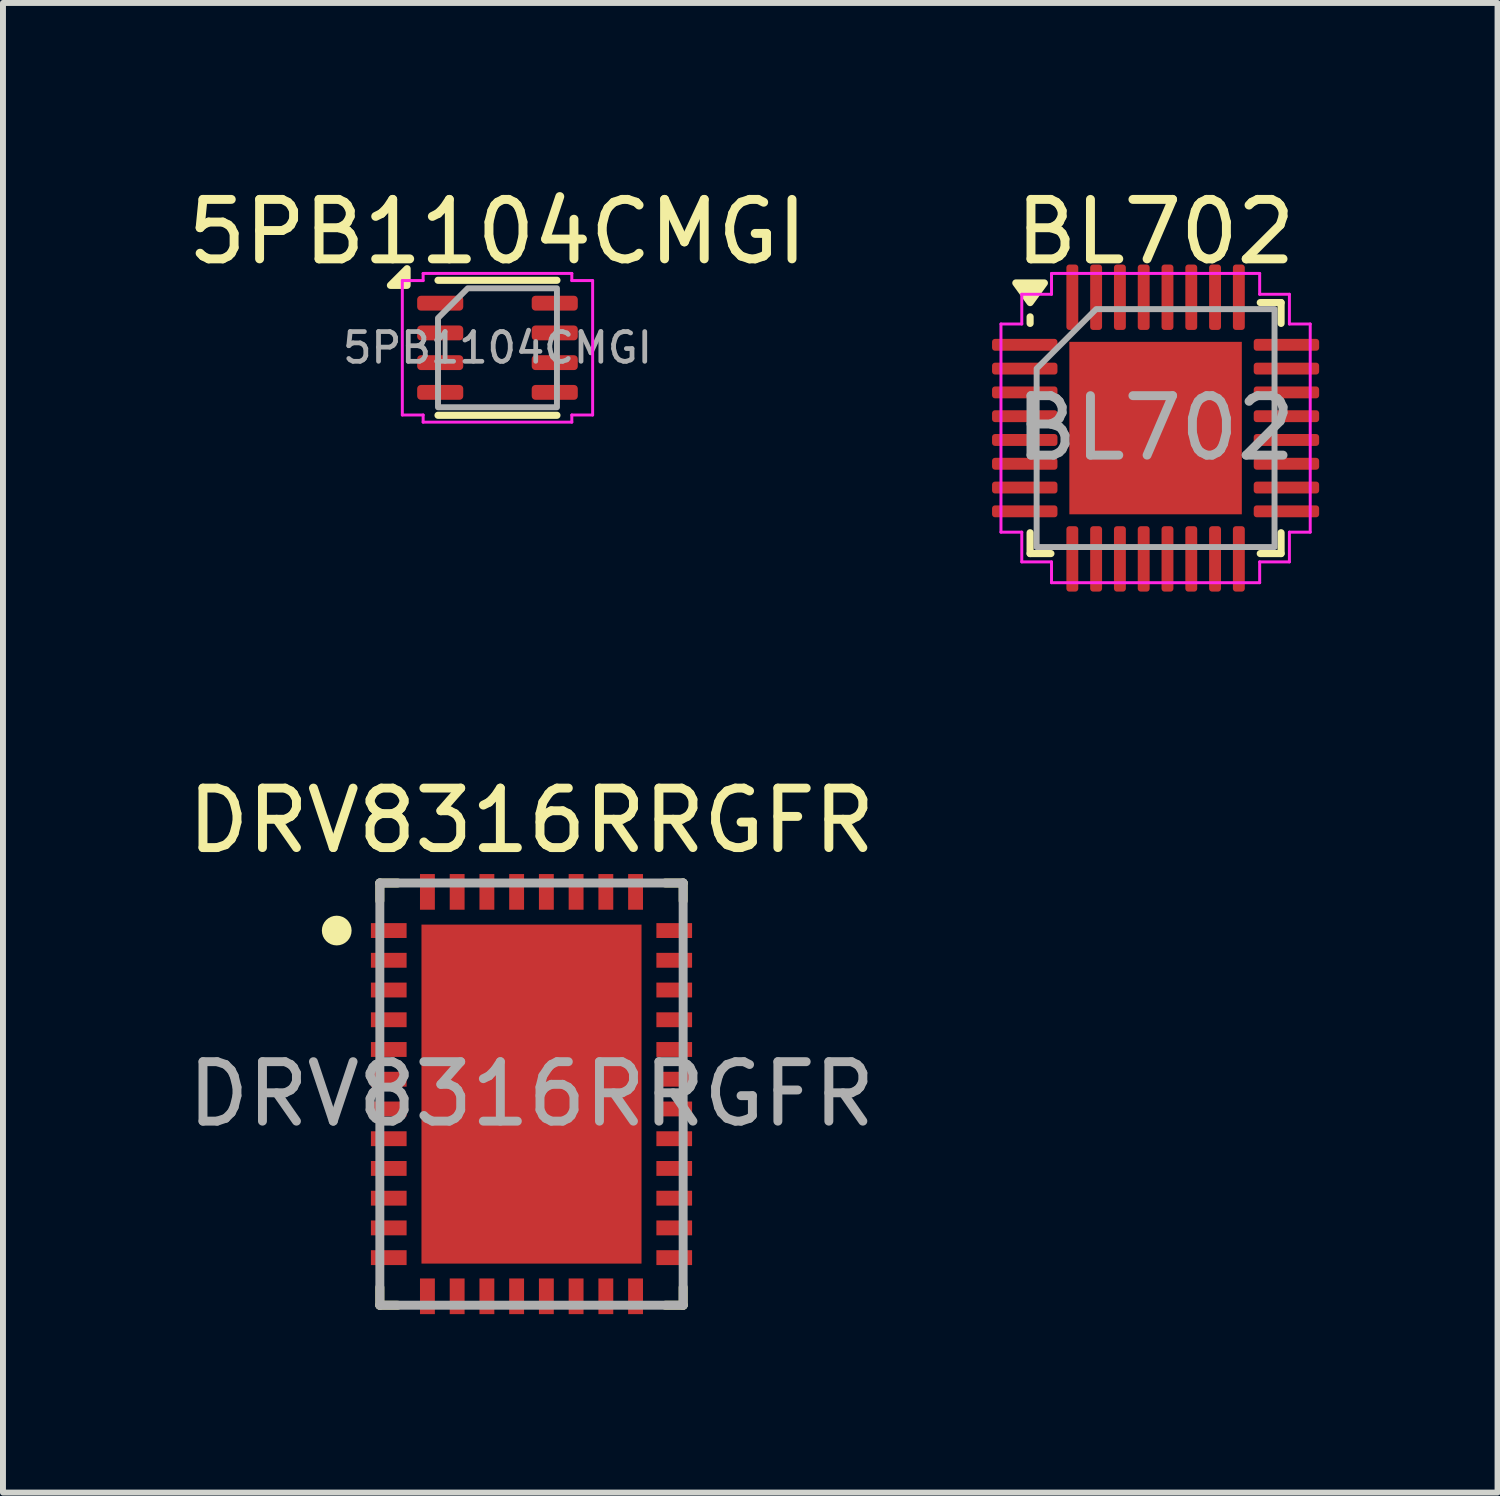
<source format=kicad_pcb>
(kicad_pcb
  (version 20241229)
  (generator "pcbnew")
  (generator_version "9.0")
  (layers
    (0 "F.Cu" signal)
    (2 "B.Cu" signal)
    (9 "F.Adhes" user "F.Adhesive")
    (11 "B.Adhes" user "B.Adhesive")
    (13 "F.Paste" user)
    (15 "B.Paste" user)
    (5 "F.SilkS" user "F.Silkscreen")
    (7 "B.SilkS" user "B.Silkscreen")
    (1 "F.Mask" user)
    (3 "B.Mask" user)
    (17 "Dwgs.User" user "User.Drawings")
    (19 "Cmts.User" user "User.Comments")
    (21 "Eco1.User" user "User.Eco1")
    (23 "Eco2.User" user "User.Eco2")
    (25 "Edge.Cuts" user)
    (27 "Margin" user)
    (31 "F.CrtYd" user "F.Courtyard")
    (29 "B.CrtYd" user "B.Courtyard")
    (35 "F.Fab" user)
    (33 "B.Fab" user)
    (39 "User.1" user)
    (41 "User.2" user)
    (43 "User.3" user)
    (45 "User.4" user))
  (footprint "DRV8316RRGFR"
    (layer "F.Cu")
    (at 5.887 15.347)
    (property "Reference" "DRV8316RRGFR" (at 0 -4.6 0) (unlocked yes) (layer "F.SilkS") (effects (font (size 1 1) (thickness 0.15))))
    (attr smd)
    (fp_line (start -2.55 -3.55) (end -2.25 -3.55) (stroke (width 0.15) (type solid)) (layer "F.SilkS"))
    (fp_line (start -2.55 -3.25) (end -2.55 -3.55) (stroke (width 0.15) (type solid)) (layer "F.SilkS"))
    (fp_line (start -2.55 3.55) (end -2.55 3.25) (stroke (width 0.15) (type solid)) (layer "F.SilkS"))
    (fp_line (start -2.55 3.55) (end -2.25 3.55) (stroke (width 0.15) (type solid)) (layer "F.SilkS"))
    (fp_line (start 2.25 -3.55) (end 2.55 -3.55) (stroke (width 0.15) (type solid)) (layer "F.SilkS"))
    (fp_line (start 2.25 3.55) (end 2.55 3.55) (stroke (width 0.15) (type solid)) (layer "F.SilkS"))
    (fp_line (start 2.55 -3.25) (end 2.55 -3.55) (stroke (width 0.15) (type solid)) (layer "F.SilkS"))
    (fp_line (start 2.55 3.55) (end 2.55 3.25) (stroke (width 0.15) (type solid)) (layer "F.SilkS"))
    (fp_circle (center -3.275 -2.75) (end -3.15 -2.75) (stroke (width 0.25) (type solid)) (fill no) (layer "F.SilkS"))
    (fp_poly (pts (xy -1.775 -1.2) (xy -1.725 -1.25) (xy -0.775 -1.25) (xy -0.725 -1.2) (xy -0.725 -0.15) (xy -0.775 -0.1) (xy -1.725 -0.1) (xy -1.775 -0.15)) (stroke (width 0) (type solid)) (fill yes) (layer "F.Paste"))
    (fp_poly (pts (xy -0.775 1.25) (xy -1.725 1.25) (xy -1.775 1.2) (xy -1.775 0.15) (xy -1.725 0.1) (xy -0.775 0.1) (xy -0.725 0.15) (xy -0.725 1.2)) (stroke (width 0) (type solid)) (fill yes) (layer "F.Paste"))
    (fp_poly (pts (xy -0.775 1.45) (xy -0.725 1.5) (xy -0.725 2.55) (xy -0.775 2.6) (xy -1.725 2.6) (xy -1.775 2.55) (xy -1.775 1.5) (xy -1.725 1.45)) (stroke (width 0) (type solid)) (fill yes) (layer "F.Paste"))
    (fp_poly (pts (xy -0.725 -1.5) (xy -0.775 -1.45) (xy -1.725 -1.45) (xy -1.775 -1.5) (xy -1.775 -2.55) (xy -1.725 -2.6) (xy -0.775 -2.6) (xy -0.725 -2.55)) (stroke (width 0) (type solid)) (fill yes) (layer "F.Paste"))
    (fp_poly (pts (xy -0.475 0.1) (xy 0.475 0.1) (xy 0.525 0.15) (xy 0.525 1.2) (xy 0.475 1.25) (xy -0.475 1.25) (xy -0.525 1.2) (xy -0.525 0.15)) (stroke (width 0) (type solid)) (fill yes) (layer "F.Paste"))
    (fp_poly (pts (xy 0.475 -1.45) (xy -0.475 -1.45) (xy -0.525 -1.5) (xy -0.525 -2.55) (xy -0.475 -2.6) (xy 0.475 -2.6) (xy 0.525 -2.55) (xy 0.525 -1.5)) (stroke (width 0) (type solid)) (fill yes) (layer "F.Paste"))
    (fp_poly (pts (xy 0.475 -0.1) (xy -0.475 -0.1) (xy -0.525 -0.15) (xy -0.525 -1.2) (xy -0.475 -1.25) (xy 0.475 -1.25) (xy 0.525 -1.2) (xy 0.525 -0.15)) (stroke (width 0) (type solid)) (fill yes) (layer "F.Paste"))
    (fp_poly (pts (xy 0.525 2.55) (xy 0.475 2.6) (xy -0.475 2.6) (xy -0.525 2.55) (xy -0.525 1.5) (xy -0.475 1.45) (xy 0.475 1.45) (xy 0.525 1.5)) (stroke (width 0) (type solid)) (fill yes) (layer "F.Paste"))
    (fp_poly (pts (xy 0.725 -2.55) (xy 0.775 -2.6) (xy 1.725 -2.6) (xy 1.775 -2.55) (xy 1.775 -1.5) (xy 1.725 -1.45) (xy 0.775 -1.45) (xy 0.725 -1.5)) (stroke (width 0) (type solid)) (fill yes) (layer "F.Paste"))
    (fp_poly (pts (xy 0.725 2.55) (xy 0.725 1.5) (xy 0.775 1.45) (xy 1.725 1.45) (xy 1.775 1.5) (xy 1.775 2.55) (xy 1.725 2.6) (xy 0.775 2.6)) (stroke (width 0) (type solid)) (fill yes) (layer "F.Paste"))
    (fp_poly (pts (xy 1.725 -1.25) (xy 1.775 -1.2) (xy 1.775 -0.15) (xy 1.725 -0.1) (xy 0.775 -0.1) (xy 0.725 -0.15) (xy 0.725 -1.2) (xy 0.775 -1.25)) (stroke (width 0) (type solid)) (fill yes) (layer "F.Paste"))
    (fp_poly (pts (xy 1.775 0.15) (xy 1.775 1.2) (xy 1.725 1.25) (xy 0.775 1.25) (xy 0.725 1.2) (xy 0.725 0.15) (xy 0.775 0.1) (xy 1.725 0.1)) (stroke (width 0) (type solid)) (fill yes) (layer "F.Paste"))
    (fp_line (start -2.55 -3.55) (end 2.55 -3.55) (stroke (width 0.15) (type solid)) (layer "F.Fab"))
    (fp_line (start -2.55 3.55) (end -2.55 -3.55) (stroke (width 0.15) (type solid)) (layer "F.Fab"))
    (fp_line (start -2.55 3.55) (end 2.55 3.55) (stroke (width 0.15) (type solid)) (layer "F.Fab"))
    (fp_line (start 2.55 3.55) (end 2.55 -3.55) (stroke (width 0.15) (type solid)) (layer "F.Fab"))
    (fp_text user "${REFERENCE}" (at 0 0 0) (unlocked yes) (layer "F.Fab") (effects (font (size 1 1) (thickness 0.15))))
    (pad "1" smd rect (at -2.4 -2.75) (size 0.6 0.25) (layers "F.Cu" "F.Mask" "F.Paste"))
    (pad "2" smd rect (at -2.4 -2.25) (size 0.6 0.25) (layers "F.Cu" "F.Mask" "F.Paste"))
    (pad "3" smd rect (at -2.4 -1.75) (size 0.6 0.25) (layers "F.Cu" "F.Mask" "F.Paste"))
    (pad "4" smd rect (at -2.4 -1.25) (size 0.6 0.25) (layers "F.Cu" "F.Mask" "F.Paste"))
    (pad "5" smd rect (at -2.4 -0.75) (size 0.6 0.25) (layers "F.Cu" "F.Mask" "F.Paste"))
    (pad "6" smd rect (at -2.4 -0.25) (size 0.6 0.25) (layers "F.Cu" "F.Mask" "F.Paste"))
    (pad "7" smd rect (at -2.4 0.25) (size 0.6 0.25) (layers "F.Cu" "F.Mask" "F.Paste"))
    (pad "8" smd rect (at -2.4 0.75) (size 0.6 0.25) (layers "F.Cu" "F.Mask" "F.Paste"))
    (pad "9" smd rect (at -2.4 1.25) (size 0.6 0.25) (layers "F.Cu" "F.Mask" "F.Paste"))
    (pad "10" smd rect (at -2.4 1.75) (size 0.6 0.25) (layers "F.Cu" "F.Mask" "F.Paste"))
    (pad "11" smd rect (at -2.4 2.25) (size 0.6 0.25) (layers "F.Cu" "F.Mask" "F.Paste"))
    (pad "12" smd rect (at -2.4 2.75) (size 0.6 0.25) (layers "F.Cu" "F.Mask" "F.Paste"))
    (pad "13" smd rect (at -1.75 3.4 90) (size 0.6 0.25) (layers "F.Cu" "F.Mask" "F.Paste"))
    (pad "14" smd rect (at -1.25 3.4 90) (size 0.6 0.25) (layers "F.Cu" "F.Mask" "F.Paste"))
    (pad "15" smd rect (at -0.75 3.4 90) (size 0.6 0.25) (layers "F.Cu" "F.Mask" "F.Paste"))
    (pad "16" smd rect (at -0.25 3.4 90) (size 0.6 0.25) (layers "F.Cu" "F.Mask" "F.Paste"))
    (pad "17" smd rect (at 0.25 3.4 90) (size 0.6 0.25) (layers "F.Cu" "F.Mask" "F.Paste"))
    (pad "18" smd rect (at 0.75 3.4 90) (size 0.6 0.25) (layers "F.Cu" "F.Mask" "F.Paste"))
    (pad "19" smd rect (at 1.25 3.4 90) (size 0.6 0.25) (layers "F.Cu" "F.Mask" "F.Paste"))
    (pad "20" smd rect (at 1.75 3.4 90) (size 0.6 0.25) (layers "F.Cu" "F.Mask" "F.Paste"))
    (pad "21" smd rect (at 2.4 2.75) (size 0.6 0.25) (layers "F.Cu" "F.Mask" "F.Paste"))
    (pad "22" smd rect (at 2.4 2.25) (size 0.6 0.25) (layers "F.Cu" "F.Mask" "F.Paste"))
    (pad "23" smd rect (at 2.4 1.75) (size 0.6 0.25) (layers "F.Cu" "F.Mask" "F.Paste"))
    (pad "24" smd rect (at 2.4 1.25) (size 0.6 0.25) (layers "F.Cu" "F.Mask" "F.Paste"))
    (pad "25" smd rect (at 2.4 0.75) (size 0.6 0.25) (layers "F.Cu" "F.Mask" "F.Paste"))
    (pad "26" smd rect (at 2.4 0.25) (size 0.6 0.25) (layers "F.Cu" "F.Mask" "F.Paste"))
    (pad "27" smd rect (at 2.4 -0.25) (size 0.6 0.25) (layers "F.Cu" "F.Mask" "F.Paste"))
    (pad "28" smd rect (at 2.4 -0.75) (size 0.6 0.25) (layers "F.Cu" "F.Mask" "F.Paste"))
    (pad "29" smd rect (at 2.4 -1.25) (size 0.6 0.25) (layers "F.Cu" "F.Mask" "F.Paste"))
    (pad "30" smd rect (at 2.4 -1.75) (size 0.6 0.25) (layers "F.Cu" "F.Mask" "F.Paste"))
    (pad "31" smd rect (at 2.4 -2.25) (size 0.6 0.25) (layers "F.Cu" "F.Mask" "F.Paste"))
    (pad "32" smd rect (at 2.4 -2.75) (size 0.6 0.25) (layers "F.Cu" "F.Mask" "F.Paste"))
    (pad "33" smd rect (at 1.75 -3.4 90) (size 0.6 0.25) (layers "F.Cu" "F.Mask" "F.Paste"))
    (pad "34" smd rect (at 1.25 -3.4 90) (size 0.6 0.25) (layers "F.Cu" "F.Mask" "F.Paste"))
    (pad "35" smd rect (at 0.75 -3.4 90) (size 0.6 0.25) (layers "F.Cu" "F.Mask" "F.Paste"))
    (pad "36" smd rect (at 0.25 -3.4 90) (size 0.6 0.25) (layers "F.Cu" "F.Mask" "F.Paste"))
    (pad "37" smd rect (at -0.25 -3.4 90) (size 0.6 0.25) (layers "F.Cu" "F.Mask" "F.Paste"))
    (pad "38" smd rect (at -0.75 -3.4 90) (size 0.6 0.25) (layers "F.Cu" "F.Mask" "F.Paste"))
    (pad "39" smd rect (at -1.25 -3.4 90) (size 0.6 0.25) (layers "F.Cu" "F.Mask" "F.Paste"))
    (pad "40" smd rect (at -1.75 -3.4 90) (size 0.6 0.25) (layers "F.Cu" "F.Mask" "F.Paste"))
    (pad "41" smd rect (at 0 0) (size 3.7 5.7) (layers "F.Cu" "F.Mask")))
  (footprint "BL702"
    (layer "F.Cu")
    (at 16.381 4.148)
    (property "Reference" "BL702" (at 0 -3.3 0) (layer "F.SilkS") (effects (font (size 1 1) (thickness 0.15))))
    (attr smd)
    (fp_line (start -2.11 -1.76) (end -2.11 -1.87) (stroke (width 0.12) (type solid)) (layer "F.SilkS"))
    (fp_line (start -2.11 2.11) (end -2.11 1.76) (stroke (width 0.12) (type solid)) (layer "F.SilkS"))
    (fp_line (start -1.76 2.11) (end -2.11 2.11) (stroke (width 0.12) (type solid)) (layer "F.SilkS"))
    (fp_line (start 1.76 -2.11) (end 2.11 -2.11) (stroke (width 0.12) (type solid)) (layer "F.SilkS"))
    (fp_line (start 1.76 2.11) (end 2.11 2.11) (stroke (width 0.12) (type solid)) (layer "F.SilkS"))
    (fp_line (start 2.11 -2.11) (end 2.11 -1.76) (stroke (width 0.12) (type solid)) (layer "F.SilkS"))
    (fp_line (start 2.11 2.11) (end 2.11 1.76) (stroke (width 0.12) (type solid)) (layer "F.SilkS"))
    (fp_poly (pts (xy -2.11 -2.11) (xy -2.35 -2.44) (xy -1.87 -2.44)) (stroke (width 0.12) (type solid)) (fill yes) (layer "F.SilkS"))
    (fp_line (start -2.6 -1.75) (end -2.25 -1.75) (stroke (width 0.05) (type solid)) (layer "F.CrtYd"))
    (fp_line (start -2.6 1.75) (end -2.6 -1.75) (stroke (width 0.05) (type solid)) (layer "F.CrtYd"))
    (fp_line (start -2.25 -2.25) (end -1.75 -2.25) (stroke (width 0.05) (type solid)) (layer "F.CrtYd"))
    (fp_line (start -2.25 -1.75) (end -2.25 -2.25) (stroke (width 0.05) (type solid)) (layer "F.CrtYd"))
    (fp_line (start -2.25 1.75) (end -2.6 1.75) (stroke (width 0.05) (type solid)) (layer "F.CrtYd"))
    (fp_line (start -2.25 2.25) (end -2.25 1.75) (stroke (width 0.05) (type solid)) (layer "F.CrtYd"))
    (fp_line (start -1.75 -2.6) (end 1.75 -2.6) (stroke (width 0.05) (type solid)) (layer "F.CrtYd"))
    (fp_line (start -1.75 -2.25) (end -1.75 -2.6) (stroke (width 0.05) (type solid)) (layer "F.CrtYd"))
    (fp_line (start -1.75 2.25) (end -2.25 2.25) (stroke (width 0.05) (type solid)) (layer "F.CrtYd"))
    (fp_line (start -1.75 2.6) (end -1.75 2.25) (stroke (width 0.05) (type solid)) (layer "F.CrtYd"))
    (fp_line (start 1.75 -2.6) (end 1.75 -2.25) (stroke (width 0.05) (type solid)) (layer "F.CrtYd"))
    (fp_line (start 1.75 -2.25) (end 2.25 -2.25) (stroke (width 0.05) (type solid)) (layer "F.CrtYd"))
    (fp_line (start 1.75 2.25) (end 1.75 2.6) (stroke (width 0.05) (type solid)) (layer "F.CrtYd"))
    (fp_line (start 1.75 2.6) (end -1.75 2.6) (stroke (width 0.05) (type solid)) (layer "F.CrtYd"))
    (fp_line (start 2.25 -2.25) (end 2.25 -1.75) (stroke (width 0.05) (type solid)) (layer "F.CrtYd"))
    (fp_line (start 2.25 -1.75) (end 2.6 -1.75) (stroke (width 0.05) (type solid)) (layer "F.CrtYd"))
    (fp_line (start 2.25 1.75) (end 2.25 2.25) (stroke (width 0.05) (type solid)) (layer "F.CrtYd"))
    (fp_line (start 2.25 2.25) (end 1.75 2.25) (stroke (width 0.05) (type solid)) (layer "F.CrtYd"))
    (fp_line (start 2.6 -1.75) (end 2.6 1.75) (stroke (width 0.05) (type solid)) (layer "F.CrtYd"))
    (fp_line (start 2.6 1.75) (end 2.25 1.75) (stroke (width 0.05) (type solid)) (layer "F.CrtYd"))
    (fp_poly (pts (xy -2 -1) (xy -2 2) (xy 2 2) (xy 2 -2) (xy -1 -2)) (stroke (width 0.1) (type solid)) (fill no) (layer "F.Fab"))
    (fp_text user "${REFERENCE}" (at 0 0 0) (layer "F.Fab") (effects (font (size 1 1) (thickness 0.15))))
    (pad "" smd roundrect (at -0.725 -0.725) (size 1.17 1.17) (layers "F.Paste") (roundrect_rratio 0.214))
    (pad "" smd roundrect (at -0.725 0.725) (size 1.17 1.17) (layers "F.Paste") (roundrect_rratio 0.214))
    (pad "" smd roundrect (at 0.725 -0.725) (size 1.17 1.17) (layers "F.Paste") (roundrect_rratio 0.214))
    (pad "" smd roundrect (at 0.725 0.725) (size 1.17 1.17) (layers "F.Paste") (roundrect_rratio 0.214))
    (pad "1" smd roundrect (at -2.2 -1.4) (size 1.1 0.2) (layers "F.Cu" "F.Mask" "F.Paste") (roundrect_rratio 0.25))
    (pad "2" smd roundrect (at -2.2 -1) (size 1.1 0.2) (layers "F.Cu" "F.Mask" "F.Paste") (roundrect_rratio 0.25))
    (pad "3" smd roundrect (at -2.2 -0.6) (size 1.1 0.2) (layers "F.Cu" "F.Mask" "F.Paste") (roundrect_rratio 0.25))
    (pad "4" smd roundrect (at -2.2 -0.2) (size 1.1 0.2) (layers "F.Cu" "F.Mask" "F.Paste") (roundrect_rratio 0.25))
    (pad "5" smd roundrect (at -2.2 0.2) (size 1.1 0.2) (layers "F.Cu" "F.Mask" "F.Paste") (roundrect_rratio 0.25))
    (pad "6" smd roundrect (at -2.2 0.6) (size 1.1 0.2) (layers "F.Cu" "F.Mask" "F.Paste") (roundrect_rratio 0.25))
    (pad "7" smd roundrect (at -2.2 1) (size 1.1 0.2) (layers "F.Cu" "F.Mask" "F.Paste") (roundrect_rratio 0.25))
    (pad "8" smd roundrect (at -2.2 1.4) (size 1.1 0.2) (layers "F.Cu" "F.Mask" "F.Paste") (roundrect_rratio 0.25))
    (pad "9" smd roundrect (at -1.4 2.2) (size 0.2 1.1) (layers "F.Cu" "F.Mask" "F.Paste") (roundrect_rratio 0.25))
    (pad "10" smd roundrect (at -1 2.2) (size 0.2 1.1) (layers "F.Cu" "F.Mask" "F.Paste") (roundrect_rratio 0.25))
    (pad "11" smd roundrect (at -0.6 2.2) (size 0.2 1.1) (layers "F.Cu" "F.Mask" "F.Paste") (roundrect_rratio 0.25))
    (pad "12" smd roundrect (at -0.2 2.2) (size 0.2 1.1) (layers "F.Cu" "F.Mask" "F.Paste") (roundrect_rratio 0.25))
    (pad "13" smd roundrect (at 0.2 2.2) (size 0.2 1.1) (layers "F.Cu" "F.Mask" "F.Paste") (roundrect_rratio 0.25))
    (pad "14" smd roundrect (at 0.6 2.2) (size 0.2 1.1) (layers "F.Cu" "F.Mask" "F.Paste") (roundrect_rratio 0.25))
    (pad "15" smd roundrect (at 1 2.2) (size 0.2 1.1) (layers "F.Cu" "F.Mask" "F.Paste") (roundrect_rratio 0.25))
    (pad "16" smd roundrect (at 1.4 2.2) (size 0.2 1.1) (layers "F.Cu" "F.Mask" "F.Paste") (roundrect_rratio 0.25))
    (pad "17" smd roundrect (at 2.2 1.4) (size 1.1 0.2) (layers "F.Cu" "F.Mask" "F.Paste") (roundrect_rratio 0.25))
    (pad "18" smd roundrect (at 2.2 1) (size 1.1 0.2) (layers "F.Cu" "F.Mask" "F.Paste") (roundrect_rratio 0.25))
    (pad "19" smd roundrect (at 2.2 0.6) (size 1.1 0.2) (layers "F.Cu" "F.Mask" "F.Paste") (roundrect_rratio 0.25))
    (pad "20" smd roundrect (at 2.2 0.2) (size 1.1 0.2) (layers "F.Cu" "F.Mask" "F.Paste") (roundrect_rratio 0.25))
    (pad "21" smd roundrect (at 2.2 -0.2) (size 1.1 0.2) (layers "F.Cu" "F.Mask" "F.Paste") (roundrect_rratio 0.25))
    (pad "22" smd roundrect (at 2.2 -0.6) (size 1.1 0.2) (layers "F.Cu" "F.Mask" "F.Paste") (roundrect_rratio 0.25))
    (pad "23" smd roundrect (at 2.2 -1) (size 1.1 0.2) (layers "F.Cu" "F.Mask" "F.Paste") (roundrect_rratio 0.25))
    (pad "24" smd roundrect (at 2.2 -1.4) (size 1.1 0.2) (layers "F.Cu" "F.Mask" "F.Paste") (roundrect_rratio 0.25))
    (pad "25" smd roundrect (at 1.4 -2.2) (size 0.2 1.1) (layers "F.Cu" "F.Mask" "F.Paste") (roundrect_rratio 0.25))
    (pad "26" smd roundrect (at 1 -2.2) (size 0.2 1.1) (layers "F.Cu" "F.Mask" "F.Paste") (roundrect_rratio 0.25))
    (pad "27" smd roundrect (at 0.6 -2.2) (size 0.2 1.1) (layers "F.Cu" "F.Mask" "F.Paste") (roundrect_rratio 0.25))
    (pad "28" smd roundrect (at 0.2 -2.2) (size 0.2 1.1) (layers "F.Cu" "F.Mask" "F.Paste") (roundrect_rratio 0.25))
    (pad "29" smd roundrect (at -0.2 -2.2) (size 0.2 1.1) (layers "F.Cu" "F.Mask" "F.Paste") (roundrect_rratio 0.25))
    (pad "30" smd roundrect (at -0.6 -2.2) (size 0.2 1.1) (layers "F.Cu" "F.Mask" "F.Paste") (roundrect_rratio 0.25))
    (pad "31" smd roundrect (at -1 -2.2) (size 0.2 1.1) (layers "F.Cu" "F.Mask" "F.Paste") (roundrect_rratio 0.25))
    (pad "32" smd roundrect (at -1.4 -2.2) (size 0.2 1.1) (layers "F.Cu" "F.Mask" "F.Paste") (roundrect_rratio 0.25))
    (pad "33" smd rect (at 0 0) (size 2.9 2.9) (property pad_prop_heatsink) (layers "F.Cu" "F.Mask")))
  (footprint "5PB1104CMGI"
    (layer "F.Cu")
    (at 5.315 2.798)
    (property "Reference" "5PB1104CMGI" (at 0 -1.95 0) (layer "F.SilkS") (effects (font (size 1 1) (thickness 0.15))))
    (attr smd)
    (fp_line (start -1 -1.135) (end 1 -1.135) (stroke (width 0.12) (type solid)) (layer "F.SilkS"))
    (fp_line (start -1 1.135) (end 1 1.135) (stroke (width 0.12) (type solid)) (layer "F.SilkS"))
    (fp_poly (pts (xy -1.52 -1.05) (xy -1.8 -1.05) (xy -1.52 -1.33)) (stroke (width 0.12) (type solid)) (fill yes) (layer "F.SilkS"))
    (fp_line (start -1.6 -1.13) (end -1.25 -1.13) (stroke (width 0.05) (type solid)) (layer "F.CrtYd"))
    (fp_line (start -1.6 1.13) (end -1.6 -1.13) (stroke (width 0.05) (type solid)) (layer "F.CrtYd"))
    (fp_line (start -1.25 -1.25) (end 1.25 -1.25) (stroke (width 0.05) (type solid)) (layer "F.CrtYd"))
    (fp_line (start -1.25 -1.13) (end -1.25 -1.25) (stroke (width 0.05) (type solid)) (layer "F.CrtYd"))
    (fp_line (start -1.25 1.13) (end -1.6 1.13) (stroke (width 0.05) (type solid)) (layer "F.CrtYd"))
    (fp_line (start -1.25 1.25) (end -1.25 1.13) (stroke (width 0.05) (type solid)) (layer "F.CrtYd"))
    (fp_line (start 1.25 -1.25) (end 1.25 -1.13) (stroke (width 0.05) (type solid)) (layer "F.CrtYd"))
    (fp_line (start 1.25 -1.13) (end 1.6 -1.13) (stroke (width 0.05) (type solid)) (layer "F.CrtYd"))
    (fp_line (start 1.25 1.13) (end 1.25 1.25) (stroke (width 0.05) (type solid)) (layer "F.CrtYd"))
    (fp_line (start 1.25 1.25) (end -1.25 1.25) (stroke (width 0.05) (type solid)) (layer "F.CrtYd"))
    (fp_line (start 1.6 -1.13) (end 1.6 1.13) (stroke (width 0.05) (type solid)) (layer "F.CrtYd"))
    (fp_line (start 1.6 1.13) (end 1.25 1.13) (stroke (width 0.05) (type solid)) (layer "F.CrtYd"))
    (fp_poly (pts (xy -1 -0.5) (xy -1 1) (xy 1 1) (xy 1 -1) (xy -0.5 -1)) (stroke (width 0.1) (type solid)) (fill no) (layer "F.Fab"))
    (fp_text user "${REFERENCE}" (at 0 0 0) (layer "F.Fab") (effects (font (size 0.5 0.5) (thickness 0.08))))
    (pad "1" smd roundrect (at -0.963 -0.75) (size 0.775 0.25) (layers "F.Cu" "F.Mask" "F.Paste") (roundrect_rratio 0.25))
    (pad "2" smd roundrect (at -0.963 -0.25) (size 0.775 0.25) (layers "F.Cu" "F.Mask" "F.Paste") (roundrect_rratio 0.25))
    (pad "3" smd roundrect (at -0.963 0.25) (size 0.775 0.25) (layers "F.Cu" "F.Mask" "F.Paste") (roundrect_rratio 0.25))
    (pad "4" smd roundrect (at -0.963 0.75) (size 0.775 0.25) (layers "F.Cu" "F.Mask" "F.Paste") (roundrect_rratio 0.25))
    (pad "5" smd roundrect (at 0.963 0.75) (size 0.775 0.25) (layers "F.Cu" "F.Mask" "F.Paste") (roundrect_rratio 0.25))
    (pad "6" smd roundrect (at 0.963 0.25) (size 0.775 0.25) (layers "F.Cu" "F.Mask" "F.Paste") (roundrect_rratio 0.25))
    (pad "7" smd roundrect (at 0.963 -0.25) (size 0.775 0.25) (layers "F.Cu" "F.Mask" "F.Paste") (roundrect_rratio 0.25))
    (pad "8" smd roundrect (at 0.963 -0.75) (size 0.775 0.25) (layers "F.Cu" "F.Mask" "F.Paste") (roundrect_rratio 0.25)))
  (gr_rect
    (start -3 -3)
    (end 22.131 22.047)
    (stroke (width 0.1) (type default))
    (fill no)
    (layer "Edge.Cuts")))
</source>
